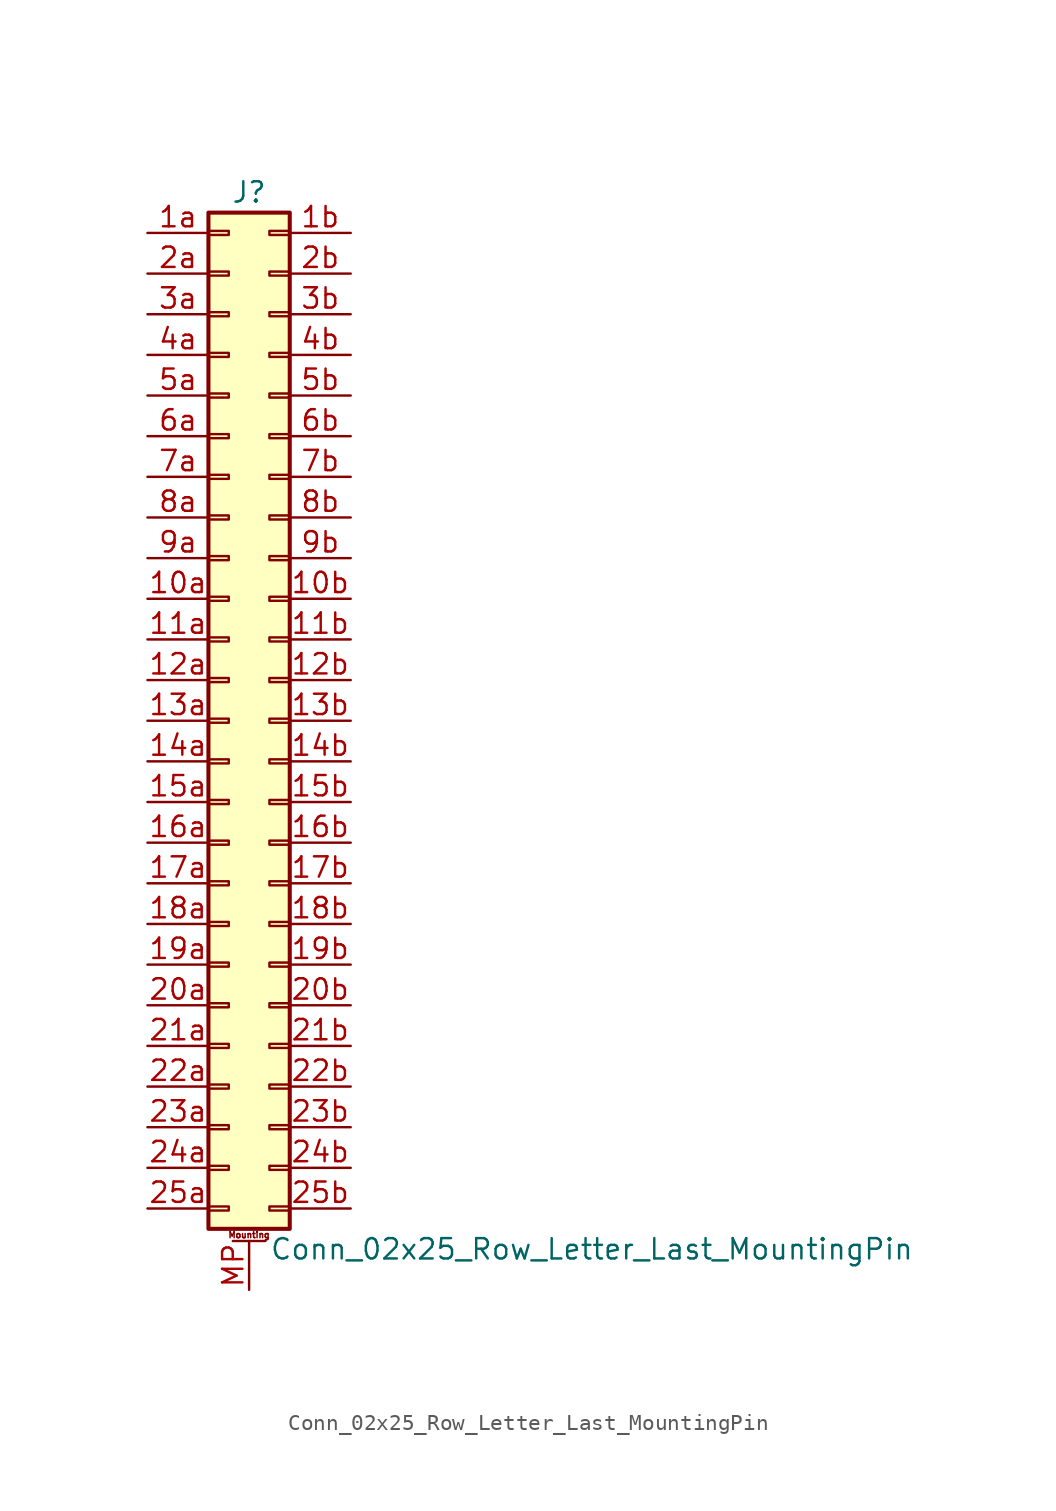
<source format=kicad_sym>
(kicad_symbol_lib
  (version 20201005)
  (generator kicad_symbol_editor)
  (symbol "Conn_02x25_Row_Letter_Last_MountingPin"
    (pin_names
      (offset 1.016) hide)
    (property "Reference" "J"
      (at 1.27 33.02 0)
      (effects (font (size 1.27 1.27))))
    (property "Value" "Conn_02x25_Row_Letter_Last_MountingPin"
      (at 2.54 -33.02 0)
      (effects (font (size 1.27 1.27)) (justify left)))
    (symbol "Conn_02x25_Row_Letter_Last_MountingPin_1_1"
      (text "Mounting" (at 1.27 -32.131 0) (effects (font (size 0.381 0.381))))
      (rectangle (start -1.27 -30.353) (end 0 -30.607) (stroke (width 0.152)) (fill (type none)))
      (rectangle (start -1.27 -27.813) (end 0 -28.067) (stroke (width 0.152)) (fill (type none)))
      (rectangle (start -1.27 -25.273) (end 0 -25.527) (stroke (width 0.152)) (fill (type none)))
      (rectangle (start -1.27 -22.733) (end 0 -22.987) (stroke (width 0.152)) (fill (type none)))
      (rectangle (start -1.27 -20.193) (end 0 -20.447) (stroke (width 0.152)) (fill (type none)))
      (rectangle (start -1.27 -17.653) (end 0 -17.907) (stroke (width 0.152)) (fill (type none)))
      (rectangle (start -1.27 -15.113) (end 0 -15.367) (stroke (width 0.152)) (fill (type none)))
      (rectangle (start -1.27 -12.573) (end 0 -12.827) (stroke (width 0.152)) (fill (type none)))
      (rectangle (start -1.27 -10.033) (end 0 -10.287) (stroke (width 0.152)) (fill (type none)))
      (rectangle (start -1.27 -7.493) (end 0 -7.747) (stroke (width 0.152)) (fill (type none)))
      (rectangle (start -1.27 -4.953) (end 0 -5.207) (stroke (width 0.152)) (fill (type none)))
      (rectangle (start -1.27 -2.413) (end 0 -2.667) (stroke (width 0.152)) (fill (type none)))
      (rectangle (start -1.27 0.127) (end 0 -0.127) (stroke (width 0.152)) (fill (type none)))
      (rectangle (start -1.27 2.667) (end 0 2.413) (stroke (width 0.152)) (fill (type none)))
      (rectangle (start -1.27 5.207) (end 0 4.953) (stroke (width 0.152)) (fill (type none)))
      (rectangle (start -1.27 7.747) (end 0 7.493) (stroke (width 0.152)) (fill (type none)))
      (rectangle (start -1.27 10.287) (end 0 10.033) (stroke (width 0.152)) (fill (type none)))
      (rectangle (start -1.27 12.827) (end 0 12.573) (stroke (width 0.152)) (fill (type none)))
      (rectangle (start -1.27 15.367) (end 0 15.113) (stroke (width 0.152)) (fill (type none)))
      (rectangle (start -1.27 17.907) (end 0 17.653) (stroke (width 0.152)) (fill (type none)))
      (rectangle (start -1.27 20.447) (end 0 20.193) (stroke (width 0.152)) (fill (type none)))
      (rectangle (start -1.27 22.987) (end 0 22.733) (stroke (width 0.152)) (fill (type none)))
      (rectangle (start -1.27 25.527) (end 0 25.273) (stroke (width 0.152)) (fill (type none)))
      (rectangle (start -1.27 28.067) (end 0 27.813) (stroke (width 0.152)) (fill (type none)))
      (rectangle (start -1.27 30.607) (end 0 30.353) (stroke (width 0.152)) (fill (type none)))
      (rectangle (start 3.81 -30.353) (end 2.54 -30.607) (stroke (width 0.152)) (fill (type none)))
      (rectangle (start 3.81 -27.813) (end 2.54 -28.067) (stroke (width 0.152)) (fill (type none)))
      (rectangle (start 3.81 -25.273) (end 2.54 -25.527) (stroke (width 0.152)) (fill (type none)))
      (rectangle (start 3.81 -22.733) (end 2.54 -22.987) (stroke (width 0.152)) (fill (type none)))
      (rectangle (start 3.81 -20.193) (end 2.54 -20.447) (stroke (width 0.152)) (fill (type none)))
      (rectangle (start 3.81 -17.653) (end 2.54 -17.907) (stroke (width 0.152)) (fill (type none)))
      (rectangle (start 3.81 -15.113) (end 2.54 -15.367) (stroke (width 0.152)) (fill (type none)))
      (rectangle (start 3.81 -12.573) (end 2.54 -12.827) (stroke (width 0.152)) (fill (type none)))
      (rectangle (start 3.81 -10.033) (end 2.54 -10.287) (stroke (width 0.152)) (fill (type none)))
      (rectangle (start 3.81 -7.493) (end 2.54 -7.747) (stroke (width 0.152)) (fill (type none)))
      (rectangle (start 3.81 -4.953) (end 2.54 -5.207) (stroke (width 0.152)) (fill (type none)))
      (rectangle (start 3.81 -2.413) (end 2.54 -2.667) (stroke (width 0.152)) (fill (type none)))
      (rectangle (start 3.81 0.127) (end 2.54 -0.127) (stroke (width 0.152)) (fill (type none)))
      (rectangle (start 3.81 2.667) (end 2.54 2.413) (stroke (width 0.152)) (fill (type none)))
      (rectangle (start 3.81 5.207) (end 2.54 4.953) (stroke (width 0.152)) (fill (type none)))
      (rectangle (start 3.81 7.747) (end 2.54 7.493) (stroke (width 0.152)) (fill (type none)))
      (rectangle (start 3.81 10.287) (end 2.54 10.033) (stroke (width 0.152)) (fill (type none)))
      (rectangle (start 3.81 12.827) (end 2.54 12.573) (stroke (width 0.152)) (fill (type none)))
      (rectangle (start 3.81 15.367) (end 2.54 15.113) (stroke (width 0.152)) (fill (type none)))
      (rectangle (start 3.81 17.907) (end 2.54 17.653) (stroke (width 0.152)) (fill (type none)))
      (rectangle (start 3.81 20.447) (end 2.54 20.193) (stroke (width 0.152)) (fill (type none)))
      (rectangle (start 3.81 22.987) (end 2.54 22.733) (stroke (width 0.152)) (fill (type none)))
      (rectangle (start 3.81 25.527) (end 2.54 25.273) (stroke (width 0.152)) (fill (type none)))
      (rectangle (start 3.81 28.067) (end 2.54 27.813) (stroke (width 0.152)) (fill (type none)))
      (rectangle (start 3.81 30.607) (end 2.54 30.353) (stroke (width 0.152)) (fill (type none)))
      (rectangle (start -1.27 31.75) (end 3.81 -31.75) (stroke (width 0.254)) (fill (type background)))
      (polyline (pts (xy 0.254 -32.512) (xy 2.286 -32.512)) (stroke (width 0.152)) (fill (type none)))
      (pin passive line (at -5.08 7.62 0) (length 3.81) (name "Pin_10a" (effects (font (size 1.27 1.27)))) (number "10a" (effects (font (size 1.27 1.27)))))
      (pin passive line (at 7.62 7.62 180) (length 3.81) (name "Pin_10b" (effects (font (size 1.27 1.27)))) (number "10b" (effects (font (size 1.27 1.27)))))
      (pin passive line (at -5.08 5.08 0) (length 3.81) (name "Pin_11a" (effects (font (size 1.27 1.27)))) (number "11a" (effects (font (size 1.27 1.27)))))
      (pin passive line (at 7.62 5.08 180) (length 3.81) (name "Pin_11b" (effects (font (size 1.27 1.27)))) (number "11b" (effects (font (size 1.27 1.27)))))
      (pin passive line (at -5.08 2.54 0) (length 3.81) (name "Pin_12a" (effects (font (size 1.27 1.27)))) (number "12a" (effects (font (size 1.27 1.27)))))
      (pin passive line (at 7.62 2.54 180) (length 3.81) (name "Pin_12b" (effects (font (size 1.27 1.27)))) (number "12b" (effects (font (size 1.27 1.27)))))
      (pin passive line (at -5.08 0 0) (length 3.81) (name "Pin_13a" (effects (font (size 1.27 1.27)))) (number "13a" (effects (font (size 1.27 1.27)))))
      (pin passive line (at 7.62 0 180) (length 3.81) (name "Pin_13b" (effects (font (size 1.27 1.27)))) (number "13b" (effects (font (size 1.27 1.27)))))
      (pin passive line (at -5.08 -2.54 0) (length 3.81) (name "Pin_14a" (effects (font (size 1.27 1.27)))) (number "14a" (effects (font (size 1.27 1.27)))))
      (pin passive line (at 7.62 -2.54 180) (length 3.81) (name "Pin_14b" (effects (font (size 1.27 1.27)))) (number "14b" (effects (font (size 1.27 1.27)))))
      (pin passive line (at -5.08 -5.08 0) (length 3.81) (name "Pin_15a" (effects (font (size 1.27 1.27)))) (number "15a" (effects (font (size 1.27 1.27)))))
      (pin passive line (at 7.62 -5.08 180) (length 3.81) (name "Pin_15b" (effects (font (size 1.27 1.27)))) (number "15b" (effects (font (size 1.27 1.27)))))
      (pin passive line (at -5.08 -7.62 0) (length 3.81) (name "Pin_16a" (effects (font (size 1.27 1.27)))) (number "16a" (effects (font (size 1.27 1.27)))))
      (pin passive line (at 7.62 -7.62 180) (length 3.81) (name "Pin_16b" (effects (font (size 1.27 1.27)))) (number "16b" (effects (font (size 1.27 1.27)))))
      (pin passive line (at -5.08 -10.16 0) (length 3.81) (name "Pin_17a" (effects (font (size 1.27 1.27)))) (number "17a" (effects (font (size 1.27 1.27)))))
      (pin passive line (at 7.62 -10.16 180) (length 3.81) (name "Pin_17b" (effects (font (size 1.27 1.27)))) (number "17b" (effects (font (size 1.27 1.27)))))
      (pin passive line (at -5.08 -12.7 0) (length 3.81) (name "Pin_18a" (effects (font (size 1.27 1.27)))) (number "18a" (effects (font (size 1.27 1.27)))))
      (pin passive line (at 7.62 -12.7 180) (length 3.81) (name "Pin_18b" (effects (font (size 1.27 1.27)))) (number "18b" (effects (font (size 1.27 1.27)))))
      (pin passive line (at -5.08 -15.24 0) (length 3.81) (name "Pin_19a" (effects (font (size 1.27 1.27)))) (number "19a" (effects (font (size 1.27 1.27)))))
      (pin passive line (at 7.62 -15.24 180) (length 3.81) (name "Pin_19b" (effects (font (size 1.27 1.27)))) (number "19b" (effects (font (size 1.27 1.27)))))
      (pin passive line (at -5.08 30.48 0) (length 3.81) (name "Pin_1a" (effects (font (size 1.27 1.27)))) (number "1a" (effects (font (size 1.27 1.27)))))
      (pin passive line (at 7.62 30.48 180) (length 3.81) (name "Pin_1b" (effects (font (size 1.27 1.27)))) (number "1b" (effects (font (size 1.27 1.27)))))
      (pin passive line (at -5.08 -17.78 0) (length 3.81) (name "Pin_20a" (effects (font (size 1.27 1.27)))) (number "20a" (effects (font (size 1.27 1.27)))))
      (pin passive line (at 7.62 -17.78 180) (length 3.81) (name "Pin_20b" (effects (font (size 1.27 1.27)))) (number "20b" (effects (font (size 1.27 1.27)))))
      (pin passive line (at -5.08 -20.32 0) (length 3.81) (name "Pin_21a" (effects (font (size 1.27 1.27)))) (number "21a" (effects (font (size 1.27 1.27)))))
      (pin passive line (at 7.62 -20.32 180) (length 3.81) (name "Pin_21b" (effects (font (size 1.27 1.27)))) (number "21b" (effects (font (size 1.27 1.27)))))
      (pin passive line (at -5.08 -22.86 0) (length 3.81) (name "Pin_22a" (effects (font (size 1.27 1.27)))) (number "22a" (effects (font (size 1.27 1.27)))))
      (pin passive line (at 7.62 -22.86 180) (length 3.81) (name "Pin_22b" (effects (font (size 1.27 1.27)))) (number "22b" (effects (font (size 1.27 1.27)))))
      (pin passive line (at -5.08 -25.4 0) (length 3.81) (name "Pin_23a" (effects (font (size 1.27 1.27)))) (number "23a" (effects (font (size 1.27 1.27)))))
      (pin passive line (at 7.62 -25.4 180) (length 3.81) (name "Pin_23b" (effects (font (size 1.27 1.27)))) (number "23b" (effects (font (size 1.27 1.27)))))
      (pin passive line (at -5.08 -27.94 0) (length 3.81) (name "Pin_24a" (effects (font (size 1.27 1.27)))) (number "24a" (effects (font (size 1.27 1.27)))))
      (pin passive line (at 7.62 -27.94 180) (length 3.81) (name "Pin_24b" (effects (font (size 1.27 1.27)))) (number "24b" (effects (font (size 1.27 1.27)))))
      (pin passive line (at -5.08 -30.48 0) (length 3.81) (name "Pin_25a" (effects (font (size 1.27 1.27)))) (number "25a" (effects (font (size 1.27 1.27)))))
      (pin passive line (at 7.62 -30.48 180) (length 3.81) (name "Pin_25b" (effects (font (size 1.27 1.27)))) (number "25b" (effects (font (size 1.27 1.27)))))
      (pin passive line (at -5.08 27.94 0) (length 3.81) (name "Pin_2a" (effects (font (size 1.27 1.27)))) (number "2a" (effects (font (size 1.27 1.27)))))
      (pin passive line (at 7.62 27.94 180) (length 3.81) (name "Pin_2b" (effects (font (size 1.27 1.27)))) (number "2b" (effects (font (size 1.27 1.27)))))
      (pin passive line (at -5.08 25.4 0) (length 3.81) (name "Pin_3a" (effects (font (size 1.27 1.27)))) (number "3a" (effects (font (size 1.27 1.27)))))
      (pin passive line (at 7.62 25.4 180) (length 3.81) (name "Pin_3b" (effects (font (size 1.27 1.27)))) (number "3b" (effects (font (size 1.27 1.27)))))
      (pin passive line (at -5.08 22.86 0) (length 3.81) (name "Pin_4a" (effects (font (size 1.27 1.27)))) (number "4a" (effects (font (size 1.27 1.27)))))
      (pin passive line (at 7.62 22.86 180) (length 3.81) (name "Pin_4b" (effects (font (size 1.27 1.27)))) (number "4b" (effects (font (size 1.27 1.27)))))
      (pin passive line (at -5.08 20.32 0) (length 3.81) (name "Pin_5a" (effects (font (size 1.27 1.27)))) (number "5a" (effects (font (size 1.27 1.27)))))
      (pin passive line (at 7.62 20.32 180) (length 3.81) (name "Pin_5b" (effects (font (size 1.27 1.27)))) (number "5b" (effects (font (size 1.27 1.27)))))
      (pin passive line (at -5.08 17.78 0) (length 3.81) (name "Pin_6a" (effects (font (size 1.27 1.27)))) (number "6a" (effects (font (size 1.27 1.27)))))
      (pin passive line (at 7.62 17.78 180) (length 3.81) (name "Pin_6b" (effects (font (size 1.27 1.27)))) (number "6b" (effects (font (size 1.27 1.27)))))
      (pin passive line (at -5.08 15.24 0) (length 3.81) (name "Pin_7a" (effects (font (size 1.27 1.27)))) (number "7a" (effects (font (size 1.27 1.27)))))
      (pin passive line (at 7.62 15.24 180) (length 3.81) (name "Pin_7b" (effects (font (size 1.27 1.27)))) (number "7b" (effects (font (size 1.27 1.27)))))
      (pin passive line (at -5.08 12.7 0) (length 3.81) (name "Pin_8a" (effects (font (size 1.27 1.27)))) (number "8a" (effects (font (size 1.27 1.27)))))
      (pin passive line (at 7.62 12.7 180) (length 3.81) (name "Pin_8b" (effects (font (size 1.27 1.27)))) (number "8b" (effects (font (size 1.27 1.27)))))
      (pin passive line (at -5.08 10.16 0) (length 3.81) (name "Pin_9a" (effects (font (size 1.27 1.27)))) (number "9a" (effects (font (size 1.27 1.27)))))
      (pin passive line (at 7.62 10.16 180) (length 3.81) (name "Pin_9b" (effects (font (size 1.27 1.27)))) (number "9b" (effects (font (size 1.27 1.27)))))
      (pin passive line (at 1.27 -35.56 90) (length 3.048) (name "MountPin" (effects (font (size 1.27 1.27)))) (number "MP" (effects (font (size 1.27 1.27))))))))
</source>
